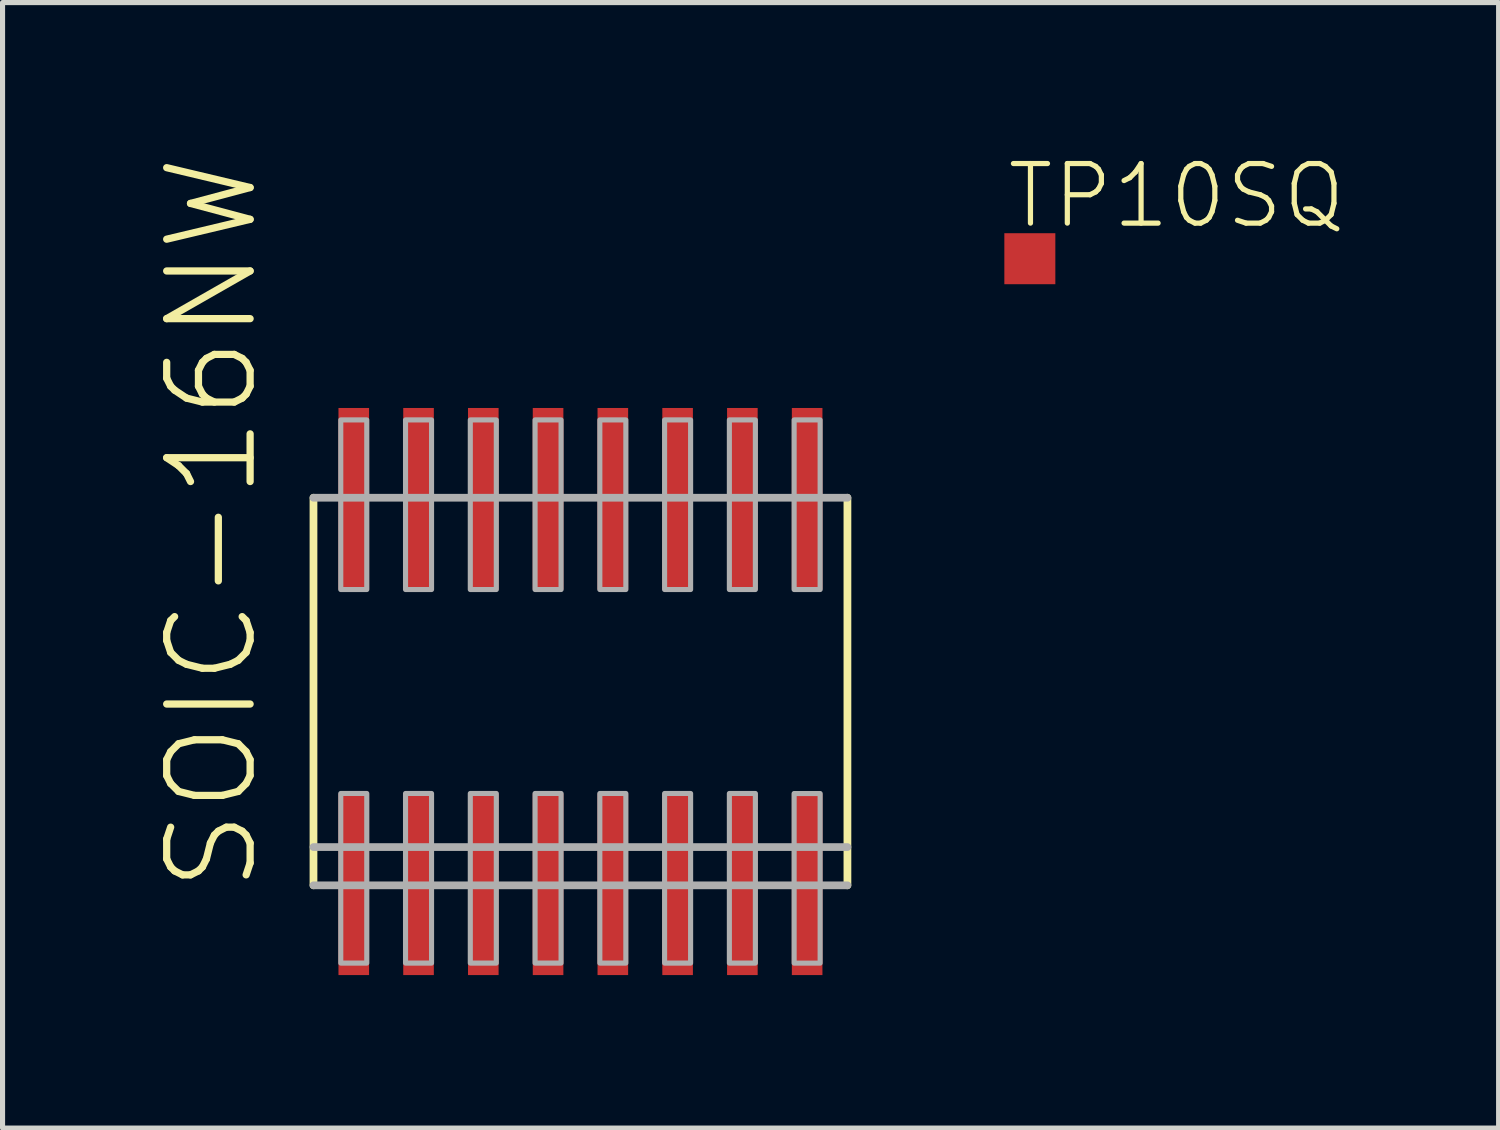
<source format=kicad_pcb>
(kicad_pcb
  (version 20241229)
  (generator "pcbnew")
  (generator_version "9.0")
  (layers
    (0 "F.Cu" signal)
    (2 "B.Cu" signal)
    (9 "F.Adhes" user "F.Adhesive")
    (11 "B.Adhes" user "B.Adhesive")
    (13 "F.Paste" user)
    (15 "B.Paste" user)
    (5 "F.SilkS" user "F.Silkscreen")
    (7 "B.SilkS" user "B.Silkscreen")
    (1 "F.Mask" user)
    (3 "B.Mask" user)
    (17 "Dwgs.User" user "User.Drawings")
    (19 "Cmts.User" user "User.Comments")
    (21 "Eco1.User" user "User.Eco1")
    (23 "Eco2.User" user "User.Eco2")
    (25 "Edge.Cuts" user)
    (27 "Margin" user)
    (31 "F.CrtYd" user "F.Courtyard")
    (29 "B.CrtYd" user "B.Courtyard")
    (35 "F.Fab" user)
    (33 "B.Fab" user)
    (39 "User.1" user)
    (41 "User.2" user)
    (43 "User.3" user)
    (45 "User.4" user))
  (footprint "TP10SQ"
    (layer "F.Cu")
    (at 17.144 2.023)
    (property "Reference" "TP10SQ" (at -0.5 -0.55 0) (unlocked yes) (layer "F.SilkS") (effects (font (size 1.168 1.168) (thickness 0.102)) (justify left bottom)))
    (pad "TP" smd rect (at 0 0) (size 1 1) (layers "F.Cu" "F.Mask")))
  (footprint "SOIC-16NW"
    (layer "F.Cu")
    (at 8.332 10.51)
    (property "Reference" "SOIC-16NW" (at -6.27 4 90) (unlocked yes) (layer "F.SilkS") (effects (font (size 1.636 1.636) (thickness 0.142)) (justify left bottom)))
    (fp_line (start -5.235 3.8) (end -5.235 -3.8) (stroke (width 0.152) (type solid)) (layer "F.SilkS"))
    (fp_line (start 5.235 -3.8) (end 5.235 3.8) (stroke (width 0.152) (type solid)) (layer "F.SilkS"))
    (fp_line (start -5.235 -3.8) (end 5.235 -3.8) (stroke (width 0.152) (type solid)) (layer "F.Fab"))
    (fp_line (start -5.235 3.05) (end 5.235 3.05) (stroke (width 0.152) (type solid)) (layer "F.Fab"))
    (fp_line (start 5.235 3.8) (end -5.235 3.8) (stroke (width 0.152) (type solid)) (layer "F.Fab"))
    (fp_poly (pts (xy -4.7 -2) (xy -4.19 -2) (xy -4.19 -5.326) (xy -4.7 -5.326)) (stroke (width 0.1) (type default)) (fill no) (layer "F.Fab"))
    (fp_poly (pts (xy -4.7 5.325) (xy -4.19 5.325) (xy -4.19 1.999) (xy -4.7 1.999)) (stroke (width 0.1) (type default)) (fill no) (layer "F.Fab"))
    (fp_poly (pts (xy -3.43 -2) (xy -2.92 -2) (xy -2.92 -5.326) (xy -3.43 -5.326)) (stroke (width 0.1) (type default)) (fill no) (layer "F.Fab"))
    (fp_poly (pts (xy -3.43 5.325) (xy -2.92 5.325) (xy -2.92 1.999) (xy -3.43 1.999)) (stroke (width 0.1) (type default)) (fill no) (layer "F.Fab"))
    (fp_poly (pts (xy -2.16 -2) (xy -1.65 -2) (xy -1.65 -5.326) (xy -2.16 -5.326)) (stroke (width 0.1) (type default)) (fill no) (layer "F.Fab"))
    (fp_poly (pts (xy -2.16 5.325) (xy -1.65 5.325) (xy -1.65 1.999) (xy -2.16 1.999)) (stroke (width 0.1) (type default)) (fill no) (layer "F.Fab"))
    (fp_poly (pts (xy -0.89 -2) (xy -0.38 -2) (xy -0.38 -5.326) (xy -0.89 -5.326)) (stroke (width 0.1) (type default)) (fill no) (layer "F.Fab"))
    (fp_poly (pts (xy -0.89 5.325) (xy -0.38 5.325) (xy -0.38 1.999) (xy -0.89 1.999)) (stroke (width 0.1) (type default)) (fill no) (layer "F.Fab"))
    (fp_poly (pts (xy 0.38 -2) (xy 0.89 -2) (xy 0.89 -5.326) (xy 0.38 -5.326)) (stroke (width 0.1) (type default)) (fill no) (layer "F.Fab"))
    (fp_poly (pts (xy 0.38 5.325) (xy 0.89 5.325) (xy 0.89 1.999) (xy 0.38 1.999)) (stroke (width 0.1) (type default)) (fill no) (layer "F.Fab"))
    (fp_poly (pts (xy 1.65 -2) (xy 2.16 -2) (xy 2.16 -5.326) (xy 1.65 -5.326)) (stroke (width 0.1) (type default)) (fill no) (layer "F.Fab"))
    (fp_poly (pts (xy 1.65 5.325) (xy 2.16 5.325) (xy 2.16 1.999) (xy 1.65 1.999)) (stroke (width 0.1) (type default)) (fill no) (layer "F.Fab"))
    (fp_poly (pts (xy 2.92 -2) (xy 3.43 -2) (xy 3.43 -5.326) (xy 2.92 -5.326)) (stroke (width 0.1) (type default)) (fill no) (layer "F.Fab"))
    (fp_poly (pts (xy 2.92 5.325) (xy 3.43 5.325) (xy 3.43 1.999) (xy 2.92 1.999)) (stroke (width 0.1) (type default)) (fill no) (layer "F.Fab"))
    (fp_poly (pts (xy 4.19 -2) (xy 4.7 -2) (xy 4.7 -5.326) (xy 4.19 -5.326)) (stroke (width 0.1) (type default)) (fill no) (layer "F.Fab"))
    (fp_poly (pts (xy 4.19 5.326) (xy 4.7 5.326) (xy 4.7 2) (xy 4.19 2)) (stroke (width 0.1) (type default)) (fill no) (layer "F.Fab"))
    (pad "P1" smd rect (at -4.445 3.78) (size 0.6 3.56) (layers "F.Cu" "F.Mask" "F.Paste"))
    (pad "P2" smd rect (at -3.175 3.78) (size 0.6 3.56) (layers "F.Cu" "F.Mask" "F.Paste"))
    (pad "P3" smd rect (at -1.905 3.78) (size 0.6 3.56) (layers "F.Cu" "F.Mask" "F.Paste"))
    (pad "P4" smd rect (at -0.635 3.78) (size 0.6 3.56) (layers "F.Cu" "F.Mask" "F.Paste"))
    (pad "P5" smd rect (at 0.635 3.78) (size 0.6 3.56) (layers "F.Cu" "F.Mask" "F.Paste"))
    (pad "P6" smd rect (at 1.905 3.78) (size 0.6 3.56) (layers "F.Cu" "F.Mask" "F.Paste"))
    (pad "P7" smd rect (at 3.175 3.78) (size 0.6 3.56) (layers "F.Cu" "F.Mask" "F.Paste"))
    (pad "P8" smd rect (at 4.445 3.78) (size 0.6 3.56) (layers "F.Cu" "F.Mask" "F.Paste"))
    (pad "P9" smd rect (at 4.445 -3.78) (size 0.6 3.56) (layers "F.Cu" "F.Mask" "F.Paste"))
    (pad "P10" smd rect (at 3.175 -3.78) (size 0.6 3.56) (layers "F.Cu" "F.Mask" "F.Paste"))
    (pad "P11" smd rect (at 1.905 -3.78) (size 0.6 3.56) (layers "F.Cu" "F.Mask" "F.Paste"))
    (pad "P12" smd rect (at 0.635 -3.78) (size 0.6 3.56) (layers "F.Cu" "F.Mask" "F.Paste"))
    (pad "P13" smd rect (at -0.635 -3.78) (size 0.6 3.56) (layers "F.Cu" "F.Mask" "F.Paste"))
    (pad "P14" smd rect (at -1.905 -3.78) (size 0.6 3.56) (layers "F.Cu" "F.Mask" "F.Paste"))
    (pad "P15" smd rect (at -3.175 -3.78) (size 0.6 3.56) (layers "F.Cu" "F.Mask" "F.Paste"))
    (pad "P16" smd rect (at -4.445 -3.78) (size 0.6 3.56) (layers "F.Cu" "F.Mask" "F.Paste")))
  (gr_rect
    (start -3 -3)
    (end 26.336 19.07)
    (stroke (width 0.1) (type default))
    (fill no)
    (layer "Edge.Cuts")))
</source>
